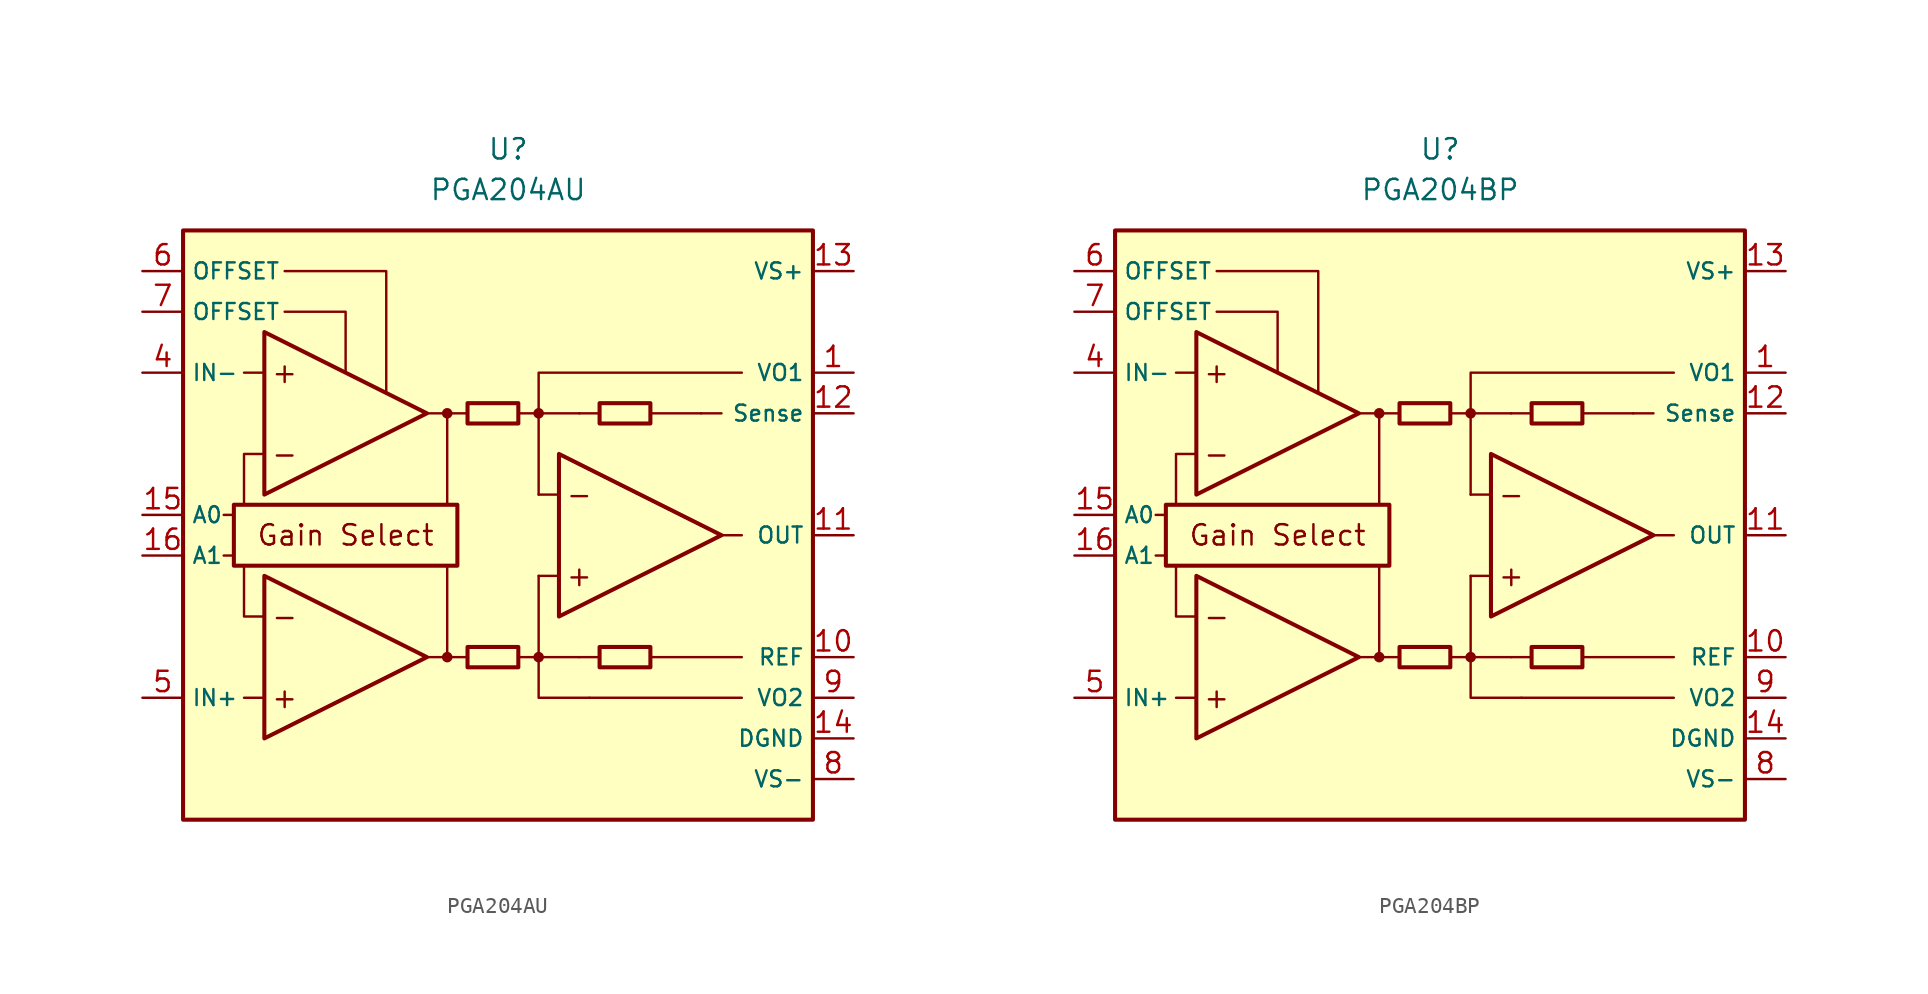
<source format=kicad_sym>
(kicad_symbol_lib
  (version 20211014)
  (generator kicad_symbol_editor)
  (symbol "PGA204AU"
    (property "Reference" "U"
      (at 0 22.86 0)
      (effects (font (size 1.27 1.27))))
    (property "Value" "PGA204AU"
      (at 0 20.32 0)
      (effects (font (size 1.27 1.27))))
    (symbol "PGA204AU_0_0"
      (rectangle (start -20.32 17.78) (end 19.05 -19.05) (stroke (width 0.254) (type default) (color 0 0 0 0)) (fill (type background)))
      (rectangle (start -17.145 0.635) (end -3.175 -3.175) (stroke (width 0.254) (type default) (color 0 0 0 0)) (fill (type none)))
      (circle (center -3.81 -8.89) (radius 0.254) (stroke (width 0.152) (type default) (color 0 0 0 0)) (fill (type outline)))
      (circle (center -3.81 6.35) (radius 0.254) (stroke (width 0.152) (type default) (color 0 0 0 0)) (fill (type outline)))
      (polyline (pts (xy -1.27 -8.89)) (stroke (width 0.152) (type default) (color 0 0 0 0)) (fill (type none)))
      (polyline (pts (xy -1.27 6.35)) (stroke (width 0.152) (type default) (color 0 0 0 0)) (fill (type none)))
      (polyline (pts (xy 5.715 6.35)) (stroke (width 0.152) (type default) (color 0 0 0 0)) (fill (type none)))
      (polyline (pts (xy -17.145 -2.54) (xy -17.78 -2.54)) (stroke (width 0.152) (type default) (color 0 0 0 0)) (fill (type none)))
      (polyline (pts (xy -17.145 0) (xy -17.78 0)) (stroke (width 0.152) (type default) (color 0 0 0 0)) (fill (type none)))
      (polyline (pts (xy -15.24 -11.43) (xy -16.51 -11.43)) (stroke (width 0.152) (type default) (color 0 0 0 0)) (fill (type none)))
      (polyline (pts (xy -15.24 8.89) (xy -16.51 8.89)) (stroke (width 0.152) (type default) (color 0 0 0 0)) (fill (type none)))
      (polyline (pts (xy -5.08 -8.89) (xy -2.54 -8.89)) (stroke (width 0.152) (type default) (color 0 0 0 0)) (fill (type none)))
      (polyline (pts (xy -5.08 6.35) (xy -2.54 6.35)) (stroke (width 0.152) (type default) (color 0 0 0 0)) (fill (type none)))
      (polyline (pts (xy -3.81 -8.89) (xy -3.81 -3.175)) (stroke (width 0.152) (type default) (color 0 0 0 0)) (fill (type none)))
      (polyline (pts (xy -3.81 0.635) (xy -3.81 6.35)) (stroke (width 0.152) (type default) (color 0 0 0 0)) (fill (type none)))
      (polyline (pts (xy 0.635 -8.89) (xy 1.905 -8.89)) (stroke (width 0.152) (type default) (color 0 0 0 0)) (fill (type none)))
      (polyline (pts (xy 0.635 6.35) (xy 1.905 6.35)) (stroke (width 0.152) (type default) (color 0 0 0 0)) (fill (type none)))
      (polyline (pts (xy 3.175 -3.81) (xy 1.905 -3.81)) (stroke (width 0.152) (type default) (color 0 0 0 0)) (fill (type none)))
      (polyline (pts (xy 3.175 1.27) (xy 1.905 1.27)) (stroke (width 0.152) (type default) (color 0 0 0 0)) (fill (type none)))
      (polyline (pts (xy 4.445 -8.89) (xy 1.905 -8.89)) (stroke (width 0.152) (type default) (color 0 0 0 0)) (fill (type none)))
      (polyline (pts (xy 4.445 -8.89) (xy 5.715 -8.89)) (stroke (width 0.152) (type default) (color 0 0 0 0)) (fill (type none)))
      (polyline (pts (xy 4.445 6.35) (xy 1.905 6.35)) (stroke (width 0.152) (type default) (color 0 0 0 0)) (fill (type none)))
      (polyline (pts (xy 4.445 6.35) (xy 5.715 6.35)) (stroke (width 0.152) (type default) (color 0 0 0 0)) (fill (type none)))
      (polyline (pts (xy 8.89 -8.89) (xy 14.605 -8.89)) (stroke (width 0.152) (type default) (color 0 0 0 0)) (fill (type none)))
      (polyline (pts (xy 8.89 6.35) (xy 12.065 6.35)) (stroke (width 0.152) (type default) (color 0 0 0 0)) (fill (type none)))
      (polyline (pts (xy 12.065 6.35) (xy 13.335 6.35)) (stroke (width 0.152) (type default) (color 0 0 0 0)) (fill (type none)))
      (polyline (pts (xy 13.335 -1.27) (xy 14.605 -1.27)) (stroke (width 0.152) (type default) (color 0 0 0 0)) (fill (type none)))
      (polyline (pts (xy 14.605 -11.43) (xy 5.08 -11.43)) (stroke (width 0.152) (type default) (color 0 0 0 0)) (fill (type none)))
      (polyline (pts (xy -16.51 -3.175) (xy -16.51 -6.35) (xy -15.24 -6.35)) (stroke (width 0.152) (type default) (color 0 0 0 0)) (fill (type none)))
      (polyline (pts (xy -15.24 3.81) (xy -16.51 3.81) (xy -16.51 0.635)) (stroke (width 0.152) (type default) (color 0 0 0 0)) (fill (type none)))
      (polyline (pts (xy -13.97 12.7) (xy -10.16 12.7) (xy -10.16 8.89)) (stroke (width 0.152) (type default) (color 0 0 0 0)) (fill (type none)))
      (polyline (pts (xy -7.62 7.62) (xy -7.62 15.24) (xy -13.97 15.24)) (stroke (width 0.152) (type default) (color 0 0 0 0)) (fill (type none)))
      (polyline (pts (xy 1.905 -3.81) (xy 1.905 -11.43) (xy 5.08 -11.43)) (stroke (width 0.152) (type default) (color 0 0 0 0)) (fill (type none)))
      (polyline (pts (xy 14.605 8.89) (xy 1.905 8.89) (xy 1.905 1.27)) (stroke (width 0.152) (type default) (color 0 0 0 0)) (fill (type none)))
      (circle (center 1.905 -8.89) (radius 0.254) (stroke (width 0.152) (type default) (color 0 0 0 0)) (fill (type outline)))
      (circle (center 1.905 6.35) (radius 0.254) (stroke (width 0.152) (type default) (color 0 0 0 0)) (fill (type outline)))
      (text "+" (at -13.97 -11.43 0) (effects (font (size 1.27 1.27))))
      (text "+" (at -13.97 8.89 0) (effects (font (size 1.27 1.27))))
      (text "+" (at 4.445 -3.81 0) (effects (font (size 1.27 1.27))))
      (text "-" (at -13.97 -6.35 0) (effects (font (size 1.27 1.27))))
      (text "-" (at -13.97 3.81 0) (effects (font (size 1.27 1.27))))
      (text "-" (at 4.445 1.27 0) (effects (font (size 1.27 1.27))))
      (text "Gain Select" (at -10.16 -1.27 0) (effects (font (size 1.27 1.27)))))
    (symbol "PGA204AU_0_1"
      (rectangle (start -2.54 -8.255) (end 0.635 -9.525) (stroke (width 0.254) (type default) (color 0 0 0 0)) (fill (type none)))
      (rectangle (start -2.54 6.985) (end 0.635 5.715) (stroke (width 0.254) (type default) (color 0 0 0 0)) (fill (type none)))
      (polyline (pts (xy -15.24 -3.81) (xy -15.24 -13.97) (xy -5.08 -8.89) (xy -15.24 -3.81)) (stroke (width 0.254) (type default) (color 0 0 0 0)) (fill (type background)))
      (polyline (pts (xy -15.24 11.43) (xy -15.24 1.27) (xy -5.08 6.35) (xy -15.24 11.43)) (stroke (width 0.254) (type default) (color 0 0 0 0)) (fill (type background)))
      (polyline (pts (xy 3.175 3.81) (xy 3.175 -6.35) (xy 13.335 -1.27) (xy 3.175 3.81)) (stroke (width 0.254) (type default) (color 0 0 0 0)) (fill (type background)))
      (rectangle (start 5.715 -8.255) (end 8.89 -9.525) (stroke (width 0.254) (type default) (color 0 0 0 0)) (fill (type none)))
      (rectangle (start 5.715 6.985) (end 8.89 5.715) (stroke (width 0.254) (type default) (color 0 0 0 0)) (fill (type none))))
    (symbol "PGA204AU_1_1"
      (pin passive line (at 21.59 8.89 180) (length 2.54) (name "VO1" (effects (font (size 1 1)))) (number "1" (effects (font (size 1.27 1.27)))))
      (pin passive line (at 21.59 -8.89 180) (length 2.54) (name "REF" (effects (font (size 1 1)))) (number "10" (effects (font (size 1.27 1.27)))))
      (pin output line (at 21.59 -1.27 180) (length 2.54) (name "OUT" (effects (font (size 1 1)))) (number "11" (effects (font (size 1.27 1.27)))))
      (pin passive line (at 21.59 6.35 180) (length 2.54) (name "Sense" (effects (font (size 1 1)))) (number "12" (effects (font (size 1.27 1.27)))))
      (pin power_in line (at 21.59 15.24 180) (length 2.54) (name "VS+" (effects (font (size 1 1)))) (number "13" (effects (font (size 1.27 1.27)))))
      (pin power_in line (at 21.59 -13.97 180) (length 2.54) (name "DGND" (effects (font (size 1 1)))) (number "14" (effects (font (size 1.27 1.27)))))
      (pin input line (at -22.86 0 0) (length 2.54) (name "A0" (effects (font (size 1 1)))) (number "15" (effects (font (size 1.27 1.27)))))
      (pin input line (at -22.86 -2.54 0) (length 2.54) (name "A1" (effects (font (size 1 1)))) (number "16" (effects (font (size 1.27 1.27)))))
      (pin no_connect line (at -1.27 -12.7 0) (length 2.54) hide (name "NC" (effects (font (size 1.27 1.27)))) (number "2" (effects (font (size 1.27 1.27)))))
      (pin no_connect line (at -1.27 -15.24 0) (length 2.54) hide (name "NC" (effects (font (size 1.27 1.27)))) (number "3" (effects (font (size 1.27 1.27)))))
      (pin input line (at -22.86 8.89 0) (length 2.54) (name "IN-" (effects (font (size 1 1)))) (number "4" (effects (font (size 1.27 1.27)))))
      (pin input line (at -22.86 -11.43 0) (length 2.54) (name "IN+" (effects (font (size 1 1)))) (number "5" (effects (font (size 1.27 1.27)))))
      (pin passive line (at -22.86 15.24 0) (length 2.54) (name "OFFSET" (effects (font (size 1 1)))) (number "6" (effects (font (size 1.27 1.27)))))
      (pin passive line (at -22.86 12.7 0) (length 2.54) (name "OFFSET" (effects (font (size 1 1)))) (number "7" (effects (font (size 1.27 1.27)))))
      (pin power_in line (at 21.59 -16.51 180) (length 2.54) (name "VS-" (effects (font (size 1 1)))) (number "8" (effects (font (size 1.27 1.27)))))
      (pin passive line (at 21.59 -11.43 180) (length 2.54) (name "VO2" (effects (font (size 1 1)))) (number "9" (effects (font (size 1.27 1.27)))))))
  (symbol "PGA204BP"
    (property "Reference" "U"
      (at 0 22.86 0)
      (effects (font (size 1.27 1.27))))
    (property "Value" "PGA204BP"
      (at 0 20.32 0)
      (effects (font (size 1.27 1.27))))
    (symbol "PGA204BP_0_0"
      (rectangle (start -20.32 17.78) (end 19.05 -19.05) (stroke (width 0.254) (type default) (color 0 0 0 0)) (fill (type background)))
      (rectangle (start -17.145 0.635) (end -3.175 -3.175) (stroke (width 0.254) (type default) (color 0 0 0 0)) (fill (type none)))
      (circle (center -3.81 -8.89) (radius 0.254) (stroke (width 0.152) (type default) (color 0 0 0 0)) (fill (type outline)))
      (circle (center -3.81 6.35) (radius 0.254) (stroke (width 0.152) (type default) (color 0 0 0 0)) (fill (type outline)))
      (polyline (pts (xy -1.27 -8.89)) (stroke (width 0.152) (type default) (color 0 0 0 0)) (fill (type none)))
      (polyline (pts (xy -1.27 6.35)) (stroke (width 0.152) (type default) (color 0 0 0 0)) (fill (type none)))
      (polyline (pts (xy 5.715 6.35)) (stroke (width 0.152) (type default) (color 0 0 0 0)) (fill (type none)))
      (polyline (pts (xy -17.145 -2.54) (xy -17.78 -2.54)) (stroke (width 0.152) (type default) (color 0 0 0 0)) (fill (type none)))
      (polyline (pts (xy -17.145 0) (xy -17.78 0)) (stroke (width 0.152) (type default) (color 0 0 0 0)) (fill (type none)))
      (polyline (pts (xy -15.24 -11.43) (xy -16.51 -11.43)) (stroke (width 0.152) (type default) (color 0 0 0 0)) (fill (type none)))
      (polyline (pts (xy -15.24 8.89) (xy -16.51 8.89)) (stroke (width 0.152) (type default) (color 0 0 0 0)) (fill (type none)))
      (polyline (pts (xy -5.08 -8.89) (xy -2.54 -8.89)) (stroke (width 0.152) (type default) (color 0 0 0 0)) (fill (type none)))
      (polyline (pts (xy -5.08 6.35) (xy -2.54 6.35)) (stroke (width 0.152) (type default) (color 0 0 0 0)) (fill (type none)))
      (polyline (pts (xy -3.81 -8.89) (xy -3.81 -3.175)) (stroke (width 0.152) (type default) (color 0 0 0 0)) (fill (type none)))
      (polyline (pts (xy -3.81 0.635) (xy -3.81 6.35)) (stroke (width 0.152) (type default) (color 0 0 0 0)) (fill (type none)))
      (polyline (pts (xy 0.635 -8.89) (xy 1.905 -8.89)) (stroke (width 0.152) (type default) (color 0 0 0 0)) (fill (type none)))
      (polyline (pts (xy 0.635 6.35) (xy 1.905 6.35)) (stroke (width 0.152) (type default) (color 0 0 0 0)) (fill (type none)))
      (polyline (pts (xy 3.175 -3.81) (xy 1.905 -3.81)) (stroke (width 0.152) (type default) (color 0 0 0 0)) (fill (type none)))
      (polyline (pts (xy 3.175 1.27) (xy 1.905 1.27)) (stroke (width 0.152) (type default) (color 0 0 0 0)) (fill (type none)))
      (polyline (pts (xy 4.445 -8.89) (xy 1.905 -8.89)) (stroke (width 0.152) (type default) (color 0 0 0 0)) (fill (type none)))
      (polyline (pts (xy 4.445 -8.89) (xy 5.715 -8.89)) (stroke (width 0.152) (type default) (color 0 0 0 0)) (fill (type none)))
      (polyline (pts (xy 4.445 6.35) (xy 1.905 6.35)) (stroke (width 0.152) (type default) (color 0 0 0 0)) (fill (type none)))
      (polyline (pts (xy 4.445 6.35) (xy 5.715 6.35)) (stroke (width 0.152) (type default) (color 0 0 0 0)) (fill (type none)))
      (polyline (pts (xy 8.89 -8.89) (xy 14.605 -8.89)) (stroke (width 0.152) (type default) (color 0 0 0 0)) (fill (type none)))
      (polyline (pts (xy 8.89 6.35) (xy 12.065 6.35)) (stroke (width 0.152) (type default) (color 0 0 0 0)) (fill (type none)))
      (polyline (pts (xy 12.065 6.35) (xy 13.335 6.35)) (stroke (width 0.152) (type default) (color 0 0 0 0)) (fill (type none)))
      (polyline (pts (xy 13.335 -1.27) (xy 14.605 -1.27)) (stroke (width 0.152) (type default) (color 0 0 0 0)) (fill (type none)))
      (polyline (pts (xy 14.605 -11.43) (xy 5.08 -11.43)) (stroke (width 0.152) (type default) (color 0 0 0 0)) (fill (type none)))
      (polyline (pts (xy -16.51 -3.175) (xy -16.51 -6.35) (xy -15.24 -6.35)) (stroke (width 0.152) (type default) (color 0 0 0 0)) (fill (type none)))
      (polyline (pts (xy -15.24 3.81) (xy -16.51 3.81) (xy -16.51 0.635)) (stroke (width 0.152) (type default) (color 0 0 0 0)) (fill (type none)))
      (polyline (pts (xy -13.97 12.7) (xy -10.16 12.7) (xy -10.16 8.89)) (stroke (width 0.152) (type default) (color 0 0 0 0)) (fill (type none)))
      (polyline (pts (xy -7.62 7.62) (xy -7.62 15.24) (xy -13.97 15.24)) (stroke (width 0.152) (type default) (color 0 0 0 0)) (fill (type none)))
      (polyline (pts (xy 1.905 -3.81) (xy 1.905 -11.43) (xy 5.08 -11.43)) (stroke (width 0.152) (type default) (color 0 0 0 0)) (fill (type none)))
      (polyline (pts (xy 14.605 8.89) (xy 1.905 8.89) (xy 1.905 1.27)) (stroke (width 0.152) (type default) (color 0 0 0 0)) (fill (type none)))
      (circle (center 1.905 -8.89) (radius 0.254) (stroke (width 0.152) (type default) (color 0 0 0 0)) (fill (type outline)))
      (circle (center 1.905 6.35) (radius 0.254) (stroke (width 0.152) (type default) (color 0 0 0 0)) (fill (type outline)))
      (text "+" (at -13.97 -11.43 0) (effects (font (size 1.27 1.27))))
      (text "+" (at -13.97 8.89 0) (effects (font (size 1.27 1.27))))
      (text "+" (at 4.445 -3.81 0) (effects (font (size 1.27 1.27))))
      (text "-" (at -13.97 -6.35 0) (effects (font (size 1.27 1.27))))
      (text "-" (at -13.97 3.81 0) (effects (font (size 1.27 1.27))))
      (text "-" (at 4.445 1.27 0) (effects (font (size 1.27 1.27))))
      (text "Gain Select" (at -10.16 -1.27 0) (effects (font (size 1.27 1.27)))))
    (symbol "PGA204BP_0_1"
      (rectangle (start -2.54 -8.255) (end 0.635 -9.525) (stroke (width 0.254) (type default) (color 0 0 0 0)) (fill (type none)))
      (rectangle (start -2.54 6.985) (end 0.635 5.715) (stroke (width 0.254) (type default) (color 0 0 0 0)) (fill (type none)))
      (polyline (pts (xy -15.24 -3.81) (xy -15.24 -13.97) (xy -5.08 -8.89) (xy -15.24 -3.81)) (stroke (width 0.254) (type default) (color 0 0 0 0)) (fill (type background)))
      (polyline (pts (xy -15.24 11.43) (xy -15.24 1.27) (xy -5.08 6.35) (xy -15.24 11.43)) (stroke (width 0.254) (type default) (color 0 0 0 0)) (fill (type background)))
      (polyline (pts (xy 3.175 3.81) (xy 3.175 -6.35) (xy 13.335 -1.27) (xy 3.175 3.81)) (stroke (width 0.254) (type default) (color 0 0 0 0)) (fill (type background)))
      (rectangle (start 5.715 -8.255) (end 8.89 -9.525) (stroke (width 0.254) (type default) (color 0 0 0 0)) (fill (type none)))
      (rectangle (start 5.715 6.985) (end 8.89 5.715) (stroke (width 0.254) (type default) (color 0 0 0 0)) (fill (type none))))
    (symbol "PGA204BP_1_1"
      (pin passive line (at 21.59 8.89 180) (length 2.54) (name "VO1" (effects (font (size 1 1)))) (number "1" (effects (font (size 1.27 1.27)))))
      (pin passive line (at 21.59 -8.89 180) (length 2.54) (name "REF" (effects (font (size 1 1)))) (number "10" (effects (font (size 1.27 1.27)))))
      (pin output line (at 21.59 -1.27 180) (length 2.54) (name "OUT" (effects (font (size 1 1)))) (number "11" (effects (font (size 1.27 1.27)))))
      (pin passive line (at 21.59 6.35 180) (length 2.54) (name "Sense" (effects (font (size 1 1)))) (number "12" (effects (font (size 1.27 1.27)))))
      (pin power_in line (at 21.59 15.24 180) (length 2.54) (name "VS+" (effects (font (size 1 1)))) (number "13" (effects (font (size 1.27 1.27)))))
      (pin power_in line (at 21.59 -13.97 180) (length 2.54) (name "DGND" (effects (font (size 1 1)))) (number "14" (effects (font (size 1.27 1.27)))))
      (pin input line (at -22.86 0 0) (length 2.54) (name "A0" (effects (font (size 1 1)))) (number "15" (effects (font (size 1.27 1.27)))))
      (pin input line (at -22.86 -2.54 0) (length 2.54) (name "A1" (effects (font (size 1 1)))) (number "16" (effects (font (size 1.27 1.27)))))
      (pin no_connect line (at -1.27 -12.7 0) (length 2.54) hide (name "NC" (effects (font (size 1.27 1.27)))) (number "2" (effects (font (size 1.27 1.27)))))
      (pin no_connect line (at -1.27 -15.24 0) (length 2.54) hide (name "NC" (effects (font (size 1.27 1.27)))) (number "3" (effects (font (size 1.27 1.27)))))
      (pin input line (at -22.86 8.89 0) (length 2.54) (name "IN-" (effects (font (size 1 1)))) (number "4" (effects (font (size 1.27 1.27)))))
      (pin input line (at -22.86 -11.43 0) (length 2.54) (name "IN+" (effects (font (size 1 1)))) (number "5" (effects (font (size 1.27 1.27)))))
      (pin passive line (at -22.86 15.24 0) (length 2.54) (name "OFFSET" (effects (font (size 1 1)))) (number "6" (effects (font (size 1.27 1.27)))))
      (pin passive line (at -22.86 12.7 0) (length 2.54) (name "OFFSET" (effects (font (size 1 1)))) (number "7" (effects (font (size 1.27 1.27)))))
      (pin power_in line (at 21.59 -16.51 180) (length 2.54) (name "VS-" (effects (font (size 1 1)))) (number "8" (effects (font (size 1.27 1.27)))))
      (pin passive line (at 21.59 -11.43 180) (length 2.54) (name "VO2" (effects (font (size 1 1)))) (number "9" (effects (font (size 1.27 1.27))))))))
</source>
